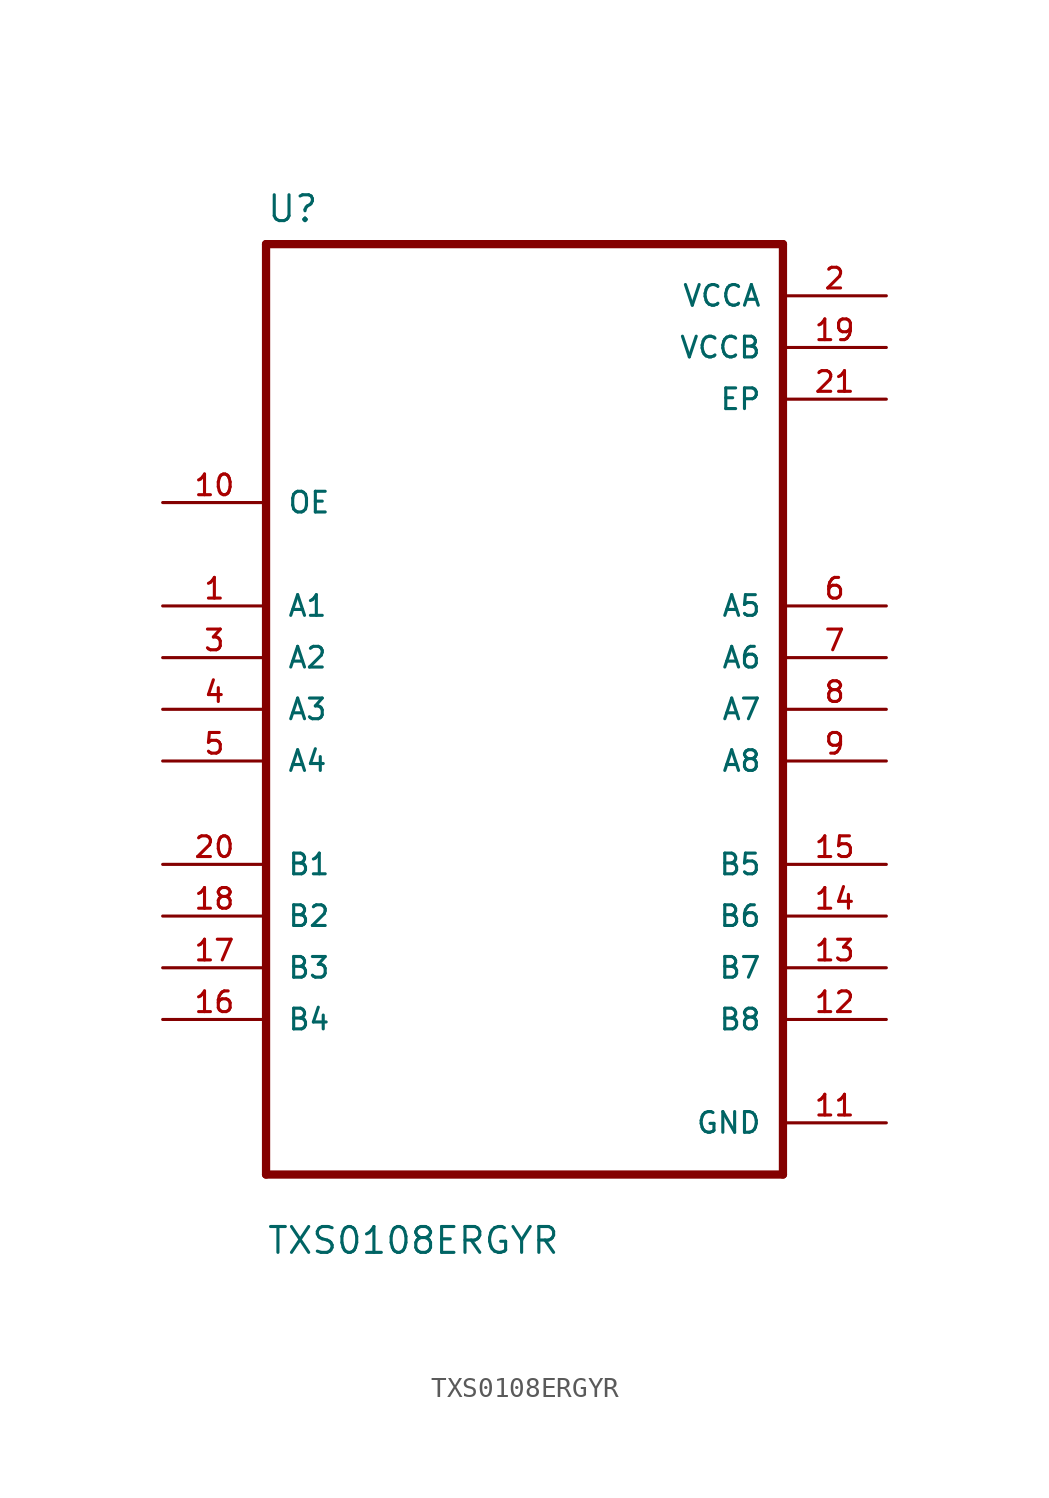
<source format=kicad_sym>
(kicad_symbol_lib
  (version 20220914)
  (generator kicad_symbol_editor)
  (symbol "TXS0108ERGYR"
    (pin_names
      (offset 1.016))
    (property "Reference" "U"
      (at -12.7 23.851 0)
      (effects (font (size 1.27 1.27)) (justify left bottom)))
    (property "Value" "TXS0108ERGYR"
      (at -12.7 -26.848 0)
      (effects (font (size 1.27 1.27)) (justify left bottom)))
    (property "ki_locked" ""
      (at 0 0 0)
      (effects (font (size 1.27 1.27))))
    (symbol "TXS0108ERGYR_0_0"
      (polyline (pts (xy -12.7 -22.86) (xy -12.7 22.86)) (stroke (width 0.406) (type solid)) (fill (type none)))
      (polyline (pts (xy -12.7 22.86) (xy 12.7 22.86)) (stroke (width 0.406) (type solid)) (fill (type none)))
      (polyline (pts (xy 12.7 -22.86) (xy -12.7 -22.86)) (stroke (width 0.406) (type solid)) (fill (type none)))
      (polyline (pts (xy 12.7 22.86) (xy 12.7 -22.86)) (stroke (width 0.406) (type solid)) (fill (type none)))
      (pin bidirectional line (at -17.78 5.08 0) (length 5.08) (name "A1" (effects (font (size 1.016 1.016)))) (number "1" (effects (font (size 1.016 1.016)))))
      (pin input line (at -17.78 10.16 0) (length 5.08) (name "OE" (effects (font (size 1.016 1.016)))) (number "10" (effects (font (size 1.016 1.016)))))
      (pin power_in line (at 17.78 -20.32 180) (length 5.08) (name "GND" (effects (font (size 1.016 1.016)))) (number "11" (effects (font (size 1.016 1.016)))))
      (pin bidirectional line (at 17.78 -15.24 180) (length 5.08) (name "B8" (effects (font (size 1.016 1.016)))) (number "12" (effects (font (size 1.016 1.016)))))
      (pin bidirectional line (at 17.78 -12.7 180) (length 5.08) (name "B7" (effects (font (size 1.016 1.016)))) (number "13" (effects (font (size 1.016 1.016)))))
      (pin bidirectional line (at 17.78 -10.16 180) (length 5.08) (name "B6" (effects (font (size 1.016 1.016)))) (number "14" (effects (font (size 1.016 1.016)))))
      (pin bidirectional line (at 17.78 -7.62 180) (length 5.08) (name "B5" (effects (font (size 1.016 1.016)))) (number "15" (effects (font (size 1.016 1.016)))))
      (pin bidirectional line (at -17.78 -15.24 0) (length 5.08) (name "B4" (effects (font (size 1.016 1.016)))) (number "16" (effects (font (size 1.016 1.016)))))
      (pin bidirectional line (at -17.78 -12.7 0) (length 5.08) (name "B3" (effects (font (size 1.016 1.016)))) (number "17" (effects (font (size 1.016 1.016)))))
      (pin bidirectional line (at -17.78 -10.16 0) (length 5.08) (name "B2" (effects (font (size 1.016 1.016)))) (number "18" (effects (font (size 1.016 1.016)))))
      (pin power_in line (at 17.78 17.78 180) (length 5.08) (name "VCCB" (effects (font (size 1.016 1.016)))) (number "19" (effects (font (size 1.016 1.016)))))
      (pin power_in line (at 17.78 20.32 180) (length 5.08) (name "VCCA" (effects (font (size 1.016 1.016)))) (number "2" (effects (font (size 1.016 1.016)))))
      (pin bidirectional line (at -17.78 -7.62 0) (length 5.08) (name "B1" (effects (font (size 1.016 1.016)))) (number "20" (effects (font (size 1.016 1.016)))))
      (pin power_in line (at 17.78 15.24 180) (length 5.08) (name "EP" (effects (font (size 1.016 1.016)))) (number "21" (effects (font (size 1.016 1.016)))))
      (pin bidirectional line (at -17.78 2.54 0) (length 5.08) (name "A2" (effects (font (size 1.016 1.016)))) (number "3" (effects (font (size 1.016 1.016)))))
      (pin bidirectional line (at -17.78 0 0) (length 5.08) (name "A3" (effects (font (size 1.016 1.016)))) (number "4" (effects (font (size 1.016 1.016)))))
      (pin bidirectional line (at -17.78 -2.54 0) (length 5.08) (name "A4" (effects (font (size 1.016 1.016)))) (number "5" (effects (font (size 1.016 1.016)))))
      (pin bidirectional line (at 17.78 5.08 180) (length 5.08) (name "A5" (effects (font (size 1.016 1.016)))) (number "6" (effects (font (size 1.016 1.016)))))
      (pin bidirectional line (at 17.78 2.54 180) (length 5.08) (name "A6" (effects (font (size 1.016 1.016)))) (number "7" (effects (font (size 1.016 1.016)))))
      (pin bidirectional line (at 17.78 0 180) (length 5.08) (name "A7" (effects (font (size 1.016 1.016)))) (number "8" (effects (font (size 1.016 1.016)))))
      (pin bidirectional line (at 17.78 -2.54 180) (length 5.08) (name "A8" (effects (font (size 1.016 1.016)))) (number "9" (effects (font (size 1.016 1.016))))))))
</source>
